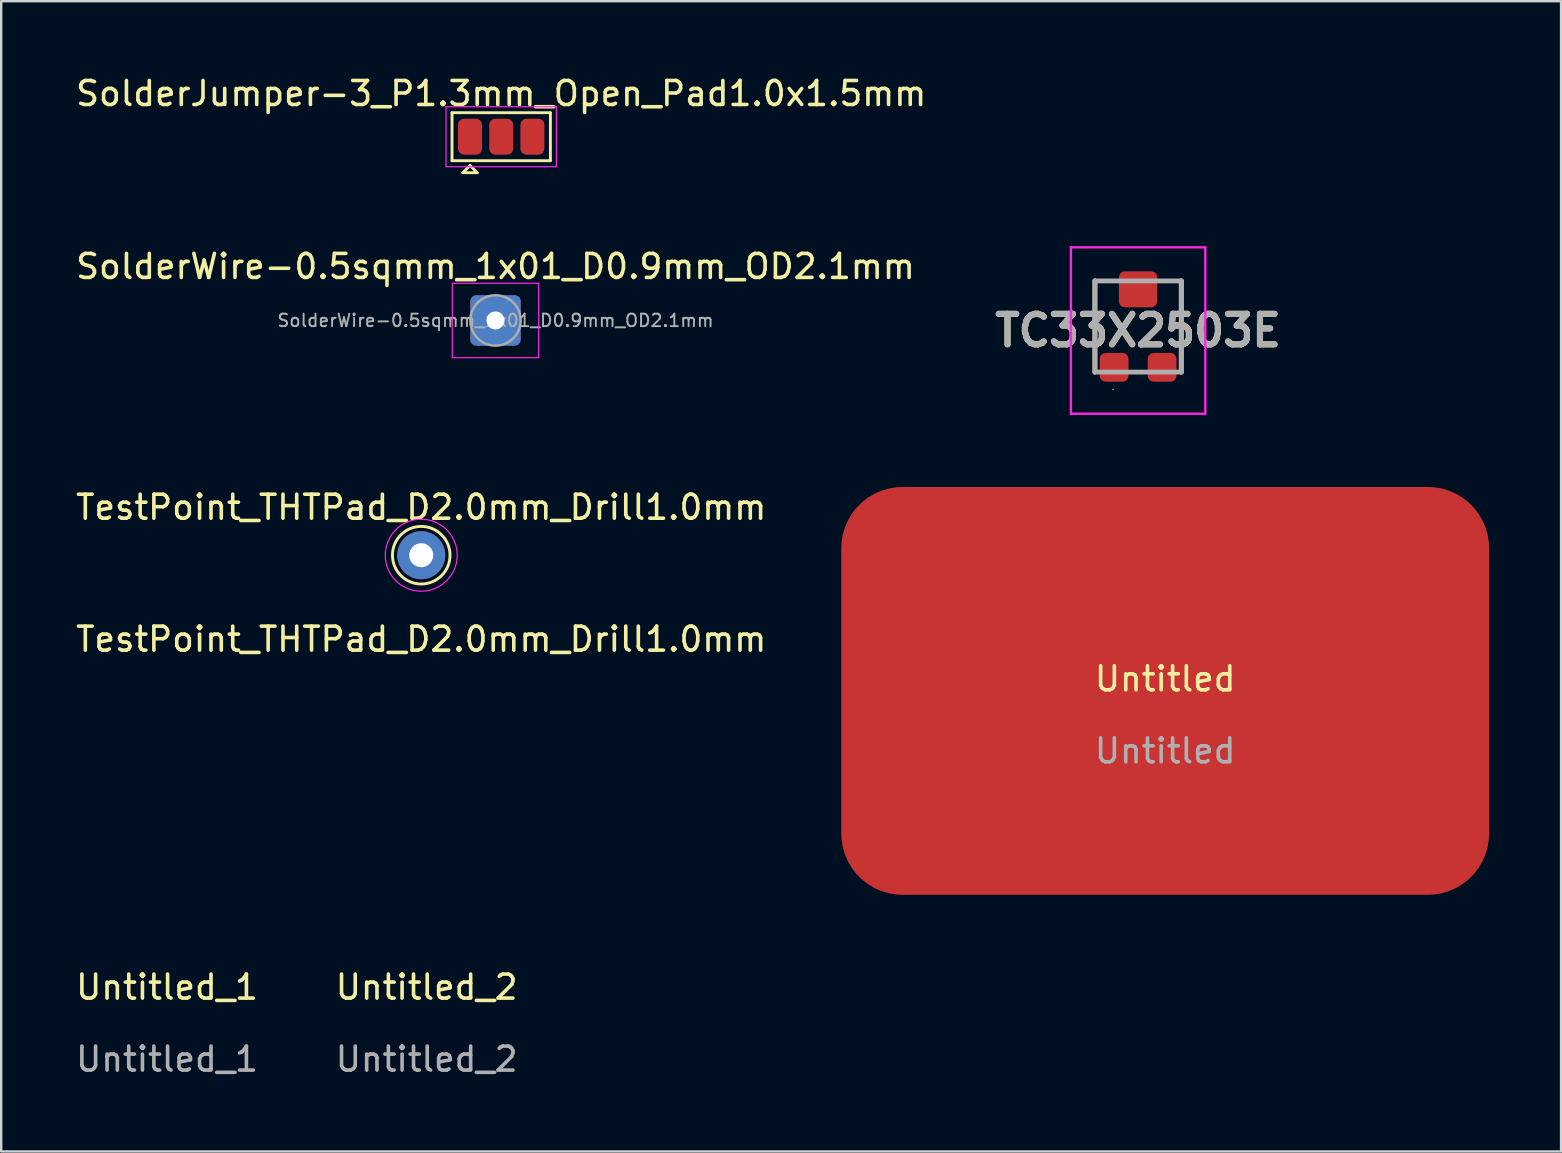
<source format=kicad_pcb>
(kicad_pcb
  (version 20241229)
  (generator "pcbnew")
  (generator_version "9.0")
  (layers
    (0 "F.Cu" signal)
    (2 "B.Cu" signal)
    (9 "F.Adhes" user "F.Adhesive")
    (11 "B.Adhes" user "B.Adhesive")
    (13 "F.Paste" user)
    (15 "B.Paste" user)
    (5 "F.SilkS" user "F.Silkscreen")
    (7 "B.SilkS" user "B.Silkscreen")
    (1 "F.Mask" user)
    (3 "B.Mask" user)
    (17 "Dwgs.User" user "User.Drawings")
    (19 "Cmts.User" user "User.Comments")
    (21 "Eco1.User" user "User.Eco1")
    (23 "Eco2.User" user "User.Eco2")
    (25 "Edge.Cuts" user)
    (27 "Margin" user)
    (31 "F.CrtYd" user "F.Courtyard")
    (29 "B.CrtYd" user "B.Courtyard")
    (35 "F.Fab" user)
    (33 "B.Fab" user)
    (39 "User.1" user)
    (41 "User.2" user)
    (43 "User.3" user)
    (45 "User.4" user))
  (footprint "SolderJumper-3_P1.3mm_Open_Pad1.0x1.5mm"
    (layer "F.Cu")
    (at 17.839 2.648)
    (property "Reference" "SolderJumper-3_P1.3mm_Open_Pad1.0x1.5mm" (at 0 -1.8 0) (layer "F.SilkS") (effects (font (size 1 1) (thickness 0.15))))
    (attr exclude_from_pos_files exclude_from_bom)
    (fp_line (start -2.05 -1) (end 2.05 -1) (stroke (width 0.12) (type solid)) (layer "F.SilkS"))
    (fp_line (start -2.05 1) (end -2.05 -1) (stroke (width 0.12) (type solid)) (layer "F.SilkS"))
    (fp_line (start -1.6 1.5) (end -1 1.5) (stroke (width 0.12) (type solid)) (layer "F.SilkS"))
    (fp_line (start -1.3 1.2) (end -1.6 1.5) (stroke (width 0.12) (type solid)) (layer "F.SilkS"))
    (fp_line (start -1.3 1.2) (end -1 1.5) (stroke (width 0.12) (type solid)) (layer "F.SilkS"))
    (fp_line (start 2.05 -1) (end 2.05 1) (stroke (width 0.12) (type solid)) (layer "F.SilkS"))
    (fp_line (start 2.05 1) (end -2.05 1) (stroke (width 0.12) (type solid)) (layer "F.SilkS"))
    (fp_line (start -2.3 -1.25) (end -2.3 1.25) (stroke (width 0.05) (type solid)) (layer "F.CrtYd"))
    (fp_line (start -2.3 -1.25) (end 2.3 -1.25) (stroke (width 0.05) (type solid)) (layer "F.CrtYd"))
    (fp_line (start 2.3 1.25) (end -2.3 1.25) (stroke (width 0.05) (type solid)) (layer "F.CrtYd"))
    (fp_line (start 2.3 1.25) (end 2.3 -1.25) (stroke (width 0.05) (type solid)) (layer "F.CrtYd"))
    (pad "1" smd roundrect (at -1.3 0) (size 1 1.5) (layers "F.Cu" "F.Mask") (roundrect_rratio 0.25))
    (pad "2" smd roundrect (at 0 0) (size 1 1.5) (layers "F.Cu" "F.Mask") (roundrect_rratio 0.25))
    (pad "3" smd roundrect (at 1.3 0) (size 1 1.5) (layers "F.Cu" "F.Mask") (roundrect_rratio 0.25)))
  (footprint "Untitled_2"
    (layer "F.Cu")
    (at 14.732 38.593)
    (property "Reference" "Untitled_2" (at 0 -0.5 0) (unlocked yes) (layer "F.SilkS") (effects (font (size 1 1) (thickness 0.15))))
    (attr through_hole)
    (fp_text user "${REFERENCE}" (at 0 2.5 0) (unlocked yes) (layer "F.Fab") (effects (font (size 1 1) (thickness 0.15)))))
  (footprint "SolderWire-0.5sqmm_1x01_D0.9mm_OD2.1mm"
    (layer "F.Cu")
    (at 17.601 10.306)
    (property "Reference" "SolderWire-0.5sqmm_1x01_D0.9mm_OD2.1mm" (at 0 -2.25 0) (layer "F.SilkS") (effects (font (size 1 1) (thickness 0.15))))
    (attr exclude_from_pos_files)
    (fp_line (start -1.8 -1.55) (end -1.8 1.55) (stroke (width 0.05) (type solid)) (layer "F.CrtYd"))
    (fp_line (start -1.8 1.55) (end 1.8 1.55) (stroke (width 0.05) (type solid)) (layer "F.CrtYd"))
    (fp_line (start 1.8 -1.55) (end -1.8 -1.55) (stroke (width 0.05) (type solid)) (layer "F.CrtYd"))
    (fp_line (start 1.8 1.55) (end 1.8 -1.55) (stroke (width 0.05) (type solid)) (layer "F.CrtYd"))
    (fp_circle (center 0 0) (end 1.05 0) (stroke (width 0.1) (type solid)) (fill no) (layer "F.Fab"))
    (fp_text user "${REFERENCE}" (at 0 0 0) (layer "F.Fab") (effects (font (size 0.52 0.52) (thickness 0.08))))
    (pad "1" thru_hole roundrect (at 0 0) (size 2.1 2.1) (drill 0.75) (layers "*.Cu" "*.Mask") (roundrect_rratio 0.119)))
  (footprint "TC33X2503E"
    (layer "F.Cu")
    (at 44.383 10.558)
    (property "Reference" "TC33X2503E" (at 0 0.168 0) (layer "F.SilkS") (effects (font (size 1.27 1.27) (thickness 0.254))))
    (attr smd)
    (fp_line (start -1.8 -1.9) (end -1.8 1.9) (stroke (width 0.2) (type solid)) (layer "F.SilkS"))
    (fp_line (start -1.052 2.625) (end -1.052 2.625) (stroke (width 0.022) (type solid)) (layer "F.SilkS"))
    (fp_line (start -1.03 2.625) (end -1.03 2.625) (stroke (width 0.022) (type solid)) (layer "F.SilkS"))
    (fp_line (start 1.8 1.9) (end 1.8 -1.9) (stroke (width 0.2) (type solid)) (layer "F.SilkS"))
    (fp_arc (start -1.052 2.625) (mid -1.041 2.614) (end -1.03 2.625) (stroke (width 0.022) (type solid)) (layer "F.SilkS"))
    (fp_arc (start -1.03 2.625) (mid -1.041 2.636) (end -1.052 2.625) (stroke (width 0.022) (type solid)) (layer "F.SilkS"))
    (fp_line (start -2.8 -3.3) (end 2.8 -3.3) (stroke (width 0.1) (type solid)) (layer "F.CrtYd"))
    (fp_line (start -2.8 3.636) (end -2.8 -3.3) (stroke (width 0.1) (type solid)) (layer "F.CrtYd"))
    (fp_line (start 2.8 -3.3) (end 2.8 3.636) (stroke (width 0.1) (type solid)) (layer "F.CrtYd"))
    (fp_line (start 2.8 3.636) (end -2.8 3.636) (stroke (width 0.1) (type solid)) (layer "F.CrtYd"))
    (fp_line (start -1.8 -1.9) (end 1.8 -1.9) (stroke (width 0.2) (type solid)) (layer "F.Fab"))
    (fp_line (start -1.8 1.9) (end -1.8 -1.9) (stroke (width 0.2) (type solid)) (layer "F.Fab"))
    (fp_line (start 1.8 -1.9) (end 1.8 1.9) (stroke (width 0.2) (type solid)) (layer "F.Fab"))
    (fp_line (start 1.8 1.9) (end -1.8 1.9) (stroke (width 0.2) (type solid)) (layer "F.Fab"))
    (fp_text user "${REFERENCE}" (at 0 0.168 0) (layer "F.Fab") (effects (font (size 1.27 1.27) (thickness 0.254))))
    (pad "1" smd roundrect (at -1 1.7 90) (size 1.2 1.2) (layers "F.Cu" "F.Mask" "F.Paste") (roundrect_rratio 0.208))
    (pad "2" smd roundrect (at 0 -1.55 90) (size 1.5 1.6) (layers "F.Cu" "F.Mask" "F.Paste") (roundrect_rratio 0.167))
    (pad "3" smd roundrect (at 1 1.7 90) (size 1.2 1.2) (layers "F.Cu" "F.Mask" "F.Paste") (roundrect_rratio 0.208)))
  (footprint "Untitled_1"
    (layer "F.Cu")
    (at 3.911 38.593)
    (property "Reference" "Untitled_1" (at 0 -0.5 0) (unlocked yes) (layer "F.SilkS") (effects (font (size 1 1) (thickness 0.15))))
    (attr through_hole)
    (fp_text user "${REFERENCE}" (at 0 2.5 0) (unlocked yes) (layer "F.Fab") (effects (font (size 1 1) (thickness 0.15)))))
  (footprint "Untitled"
    (layer "F.Cu")
    (at 45.512 25.744)
    (property "Reference" "Untitled" (at 0 -0.5 0) (unlocked yes) (layer "F.SilkS") (effects (font (size 1 1) (thickness 0.15))))
    (attr through_hole)
    (fp_text user "${REFERENCE}" (at 0 2.5 0) (unlocked yes) (layer "F.Fab") (effects (font (size 1 1) (thickness 0.15))))
    (pad "1" smd roundrect (at 0 0) (size 27 17) (layers "F.Cu" "F.Mask" "F.Paste") (roundrect_rratio 0.15)))
  (footprint "TestPoint_THTPad_D2.0mm_Drill1.0mm"
    (layer "F.Cu")
    (at 14.506 20.09)
    (property "Reference" "TestPoint_THTPad_D2.0mm_Drill1.0mm" (at 0 -1.998 0) (layer "F.SilkS") (effects (font (size 1 1) (thickness 0.15))))
    (property "Value" "TestPoint_THTPad_D2.0mm_Drill1.0mm" (at 0 2.05 0) (layer "F.Fab") (hide yes) (effects (font (size 1 1) (thickness 0.15))))
    (attr exclude_from_pos_files exclude_from_bom)
    (fp_circle (center 0 0) (end 0 1.2) (stroke (width 0.12) (type solid)) (fill no) (layer "F.SilkS"))
    (fp_circle (center 0 0) (end 1.5 0) (stroke (width 0.05) (type solid)) (fill no) (layer "F.CrtYd"))
    (fp_text user "${VALUE}" (at 0 3.5 0) (layer "F.SilkS") (effects (font (size 1 1) (thickness 0.15))))
    (pad "1" thru_hole circle (at 0 0) (size 2 2) (drill 1) (layers "*.Cu" "*.Mask")))
  (gr_rect
    (start -3 -3)
    (end 62.012 44.941)
    (stroke (width 0.1) (type default))
    (fill no)
    (layer "Edge.Cuts")))
</source>
